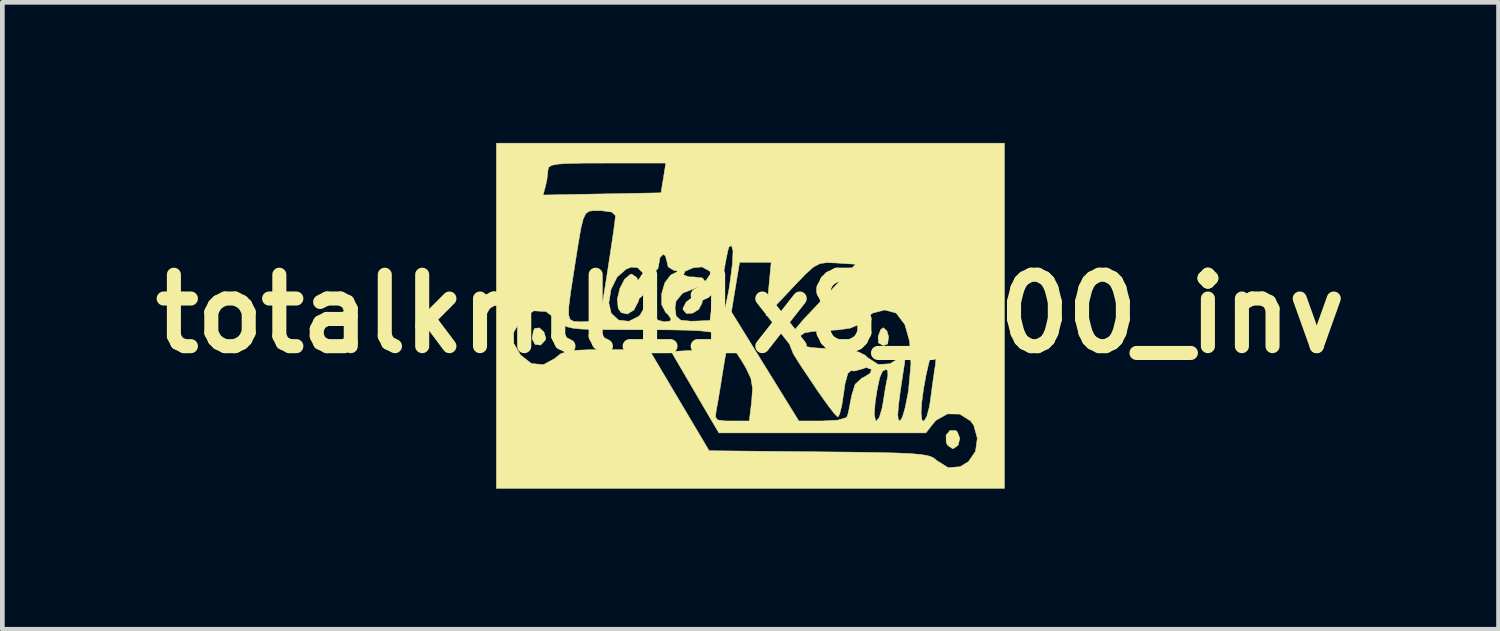
<source format=kicad_pcb>
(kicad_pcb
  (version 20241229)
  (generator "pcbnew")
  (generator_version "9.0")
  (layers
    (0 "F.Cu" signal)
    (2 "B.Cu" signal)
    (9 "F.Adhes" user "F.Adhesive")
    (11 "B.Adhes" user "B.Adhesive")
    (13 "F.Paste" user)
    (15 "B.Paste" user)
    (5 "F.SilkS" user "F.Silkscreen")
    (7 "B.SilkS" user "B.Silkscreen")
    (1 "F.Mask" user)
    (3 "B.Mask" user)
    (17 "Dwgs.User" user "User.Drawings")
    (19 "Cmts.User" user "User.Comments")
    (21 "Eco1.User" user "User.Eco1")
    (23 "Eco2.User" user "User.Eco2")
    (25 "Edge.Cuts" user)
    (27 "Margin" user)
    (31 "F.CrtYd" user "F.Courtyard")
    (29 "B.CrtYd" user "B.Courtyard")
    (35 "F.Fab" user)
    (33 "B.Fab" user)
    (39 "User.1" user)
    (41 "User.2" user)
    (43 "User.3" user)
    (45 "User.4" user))
  (footprint "totalkrill11x8_300_inv"
    (layer "F.Cu")
    (at 12.961 3.646)
    (property "Reference" "totalkrill11x8_300_inv" (at 0 0 0) (layer "F.SilkS") (effects (font (size 1.524 1.524) (thickness 0.3))))
    (attr through_hole)
    (fp_poly (pts (xy 2.913 0.368) (xy 2.948 0.487) (xy 2.928 0.642) (xy 2.836 0.677) (xy 2.732 0.619) (xy 2.725 0.487) (xy 2.778 0.338) (xy 2.836 0.296) (xy 2.913 0.368)) (stroke (width 0.01) (type solid)) (fill yes) (layer "F.SilkS"))
    (fp_poly (pts (xy -4.405 0.389) (xy -4.366 0.518) (xy -4.374 0.557) (xy -4.475 0.665) (xy -4.594 0.654) (xy -4.656 0.535) (xy -4.657 0.522) (xy -4.629 0.362) (xy -4.601 0.311) (xy -4.502 0.3) (xy -4.405 0.389)) (stroke (width 0.01) (type solid)) (fill yes) (layer "F.SilkS"))
    (fp_poly (pts (xy -1.026 -0.353) (xy -1.031 -0.233) (xy -1.103 -0.095) (xy -1.234 -0.015) (xy -1.365 -0.008) (xy -1.437 -0.091) (xy -1.439 -0.118) (xy -1.371 -0.25) (xy -1.217 -0.372) (xy -1.058 -0.423) (xy -1.026 -0.353)) (stroke (width 0.01) (type solid)) (fill yes) (layer "F.SilkS"))
    (fp_poly (pts (xy 4.379 2.49) (xy 4.414 2.517) (xy 4.468 2.657) (xy 4.43 2.805) (xy 4.325 2.878) (xy 4.318 2.879) (xy 4.213 2.811) (xy 4.177 2.746) (xy 4.174 2.589) (xy 4.258 2.488) (xy 4.379 2.49)) (stroke (width 0.01) (type solid)) (fill yes) (layer "F.SilkS"))
    (fp_poly (pts (xy -2.423 -0.773) (xy -2.363 -0.589) (xy -2.369 -0.349) (xy -2.386 -0.275) (xy -2.486 -0.083) (xy -2.626 0.005) (xy -2.761 -0.028) (xy -2.821 -0.119) (xy -2.839 -0.315) (xy -2.785 -0.543) (xy -2.684 -0.739) (xy -2.561 -0.843) (xy -2.533 -0.847) (xy -2.423 -0.773)) (stroke (width 0.01) (type solid)) (fill yes) (layer "F.SilkS"))
    (fp_poly (pts (xy 5.419 3.725) (xy -5.419 3.725) (xy -5.419 0.397) (xy -5.053 0.397) (xy -5.049 0.632) (xy -4.905 0.878) (xy -4.674 1.06) (xy -4.417 1.085) (xy -4.168 0.95) (xy -4.149 0.931) (xy -4.053 0.855) (xy -3.926 0.806) (xy -3.732 0.778) (xy -3.436 0.766) (xy -3.069 0.764) (xy -2.159 0.767) (xy -1.52 1.844) (xy -0.881 2.921) (xy 1.466 2.944) (xy 2.16 2.951) (xy 2.704 2.959) (xy 3.119 2.969) (xy 3.425 2.983) (xy 3.641 3.002) (xy 3.787 3.027) (xy 3.883 3.061) (xy 3.949 3.105) (xy 3.981 3.134) (xy 4.22 3.282) (xy 4.474 3.262) (xy 4.652 3.153) (xy 4.802 2.935) (xy 4.841 2.654) (xy 4.767 2.383) (xy 4.699 2.286) (xy 4.467 2.139) (xy 4.203 2.135) (xy 3.962 2.27) (xy 3.91 2.328) (xy 3.743 2.54) (xy -0.673 2.54) (xy -0.875 2.197) (xy -0.747 2.197) (xy -0.699 2.264) (xy -0.545 2.285) (xy -0.4 2.286) (xy -0.024 2.286) (xy 0.027 1.858) (xy 0.045 1.589) (xy 0.01 1.378) (xy -0.099 1.148) (xy -0.183 1.007) (xy -0.325 0.787) (xy -0.431 0.644) (xy -0.471 0.612) (xy -0.497 0.703) (xy -0.538 0.917) (xy -0.586 1.209) (xy -0.59 1.23) (xy -0.643 1.565) (xy -0.693 1.864) (xy -0.728 2.053) (xy -0.747 2.197) (xy -0.875 2.197) (xy -1.69 0.804) (xy -1.205 0.779) (xy -0.854 0.743) (xy -0.66 0.677) (xy -0.614 0.576) (xy -0.674 0.469) (xy -0.738 0.422) (xy -0.856 0.387) (xy -1.049 0.364) (xy -1.342 0.349) (xy -1.757 0.341) (xy -2.318 0.339) (xy -2.35 0.339) (xy -2.901 0.338) (xy -3.308 0.334) (xy -3.597 0.325) (xy -3.793 0.305) (xy -3.922 0.274) (xy -4.009 0.227) (xy -4.081 0.162) (xy -4.114 0.127) (xy -4.265 0.021) (xy -3.88 0.021) (xy -3.847 0.121) (xy -3.769 0.162) (xy -3.643 0.17) (xy -3.56 0.169) (xy -3.341 0.157) (xy -3.235 0.093) (xy -3.185 -0.064) (xy -3.178 -0.106) (xy -3.157 -0.233) (xy -3.021 -0.233) (xy -2.97 -0.012) (xy -2.81 0.135) (xy -2.593 0.159) (xy -2.384 0.055) (xy -2.351 0.021) (xy -2.192 -0.258) (xy -2.177 -0.392) (xy -2.064 -0.392) (xy -2.056 -0.104) (xy -2.043 0.064) (xy -1.973 0.136) (xy -1.838 0.171) (xy -1.72 0.156) (xy -1.693 0.115) (xy -1.751 0.022) (xy -1.81 -0.033) (xy -1.86 -0.131) (xy -1.609 -0.131) (xy -1.585 0.048) (xy -1.487 0.136) (xy -1.275 0.157) (xy -1.18 0.155) (xy -0.863 0.142) (xy -0.851 0.046) (xy -0.687 0.046) (xy -0.662 0.144) (xy -0.647 0.145) (xy -0.594 0.053) (xy -0.566 -0.042) (xy -0.406 -0.042) (xy 0.313 1.122) (xy 1.033 2.286) (xy 1.535 2.286) (xy 1.865 2.268) (xy 2.043 2.214) (xy 2.07 2.18) (xy 2.079 2.144) (xy 2.642 2.144) (xy 2.669 2.275) (xy 2.69 2.286) (xy 2.75 2.21) (xy 2.808 2.018) (xy 2.832 1.884) (xy 2.875 1.611) (xy 2.917 1.392) (xy 2.932 1.333) (xy 2.93 1.211) (xy 2.89 1.185) (xy 2.818 1.224) (xy 2.759 1.358) (xy 2.704 1.615) (xy 2.662 1.884) (xy 2.642 2.144) (xy 2.079 2.144) (xy 2.105 2.031) (xy 2.149 1.8) (xy 2.157 1.753) (xy 2.234 1.504) (xy 2.379 1.37) (xy 2.423 1.351) (xy 2.56 1.265) (xy 2.582 1.185) (xy 2.471 1.145) (xy 2.387 1.174) (xy 2.218 1.22) (xy 2.147 1.212) (xy 2.079 1.269) (xy 2.02 1.484) (xy 1.99 1.689) (xy 1.949 1.958) (xy 1.902 2.143) (xy 1.866 2.201) (xy 1.796 2.135) (xy 1.656 1.954) (xy 1.466 1.688) (xy 1.27 1.398) (xy 1.059 1.082) (xy 0.915 0.852) (xy 0.844 0.674) (xy 0.85 0.55) (xy 1.058 0.55) (xy 1.075 0.637) (xy 1.147 0.691) (xy 1.309 0.721) (xy 1.597 0.74) (xy 1.704 0.744) (xy 2.064 0.767) (xy 2.296 0.81) (xy 2.443 0.881) (xy 2.501 0.935) (xy 2.728 1.081) (xy 2.979 1.065) (xy 3.16 0.953) (xy 3.26 0.871) (xy 3.301 0.884) (xy 3.293 1.02) (xy 3.268 1.185) (xy 3.199 1.643) (xy 3.158 1.958) (xy 3.144 2.155) (xy 3.155 2.256) (xy 3.189 2.286) (xy 3.191 2.286) (xy 3.241 2.209) (xy 3.27 2.112) (xy 3.641 2.112) (xy 3.66 2.271) (xy 3.706 2.288) (xy 3.765 2.184) (xy 3.819 1.98) (xy 3.841 1.841) (xy 3.884 1.511) (xy 3.93 1.191) (xy 3.948 1.079) (xy 3.965 0.865) (xy 3.93 0.765) (xy 3.918 0.762) (xy 3.869 0.838) (xy 3.809 1.037) (xy 3.746 1.312) (xy 3.691 1.617) (xy 3.653 1.906) (xy 3.641 2.112) (xy 3.27 2.112) (xy 3.301 2.004) (xy 3.36 1.711) (xy 3.374 1.627) (xy 3.425 1.063) (xy 3.397 0.589) (xy 3.294 0.226) (xy 3.118 -0.006) (xy 3.099 -0.02) (xy 2.866 -0.083) (xy 2.606 -0.015) (xy 2.424 0.123) (xy 2.291 0.238) (xy 2.126 0.306) (xy 1.875 0.342) (xy 1.645 0.356) (xy 1.335 0.374) (xy 1.158 0.404) (xy 1.077 0.458) (xy 1.058 0.548) (xy 1.058 0.55) (xy 0.85 0.55) (xy 0.852 0.514) (xy 0.947 0.34) (xy 1.134 0.119) (xy 1.419 -0.183) (xy 1.607 -0.381) (xy 2.244 -1.058) (xy 1.83 -1.085) (xy 1.634 -1.093) (xy 1.487 -1.073) (xy 1.35 -1.002) (xy 1.186 -0.858) (xy 0.956 -0.619) (xy 0.876 -0.534) (xy 0.335 0.042) (xy 0.389 -0.529) (xy 0.443 -1.101) (xy 0.106 -1.101) (xy -0.231 -1.101) (xy -0.319 -0.572) (xy -0.406 -0.042) (xy -0.566 -0.042) (xy -0.53 -0.167) (xy -0.466 -0.475) (xy -0.441 -0.629) (xy -0.384 -1.066) (xy -0.371 -1.341) (xy -0.402 -1.455) (xy -0.457 -1.432) (xy -0.484 -1.339) (xy -0.529 -1.116) (xy -0.584 -0.804) (xy -0.615 -0.611) (xy -0.671 -0.203) (xy -0.687 0.046) (xy -0.851 0.046) (xy -0.805 -0.321) (xy -0.792 -0.687) (xy -0.867 -0.911) (xy -1.032 -1.001) (xy -1.221 -0.983) (xy -1.398 -0.907) (xy -1.426 -0.83) (xy -1.307 -0.788) (xy -1.216 -0.788) (xy -1.022 -0.765) (xy -0.963 -0.686) (xy -1.049 -0.594) (xy -1.16 -0.554) (xy -1.445 -0.442) (xy -1.585 -0.276) (xy -1.609 -0.131) (xy -1.86 -0.131) (xy -1.893 -0.194) (xy -1.894 -0.427) (xy -1.827 -0.66) (xy -1.705 -0.824) (xy -1.662 -0.848) (xy -1.55 -0.903) (xy -1.593 -0.924) (xy -1.63 -0.926) (xy -1.755 -1.001) (xy -1.778 -1.101) (xy -1.813 -1.238) (xy -1.863 -1.27) (xy -1.931 -1.199) (xy -1.947 -1.101) (xy -1.974 -0.963) (xy -2.011 -0.931) (xy -2.04 -0.855) (xy -2.059 -0.658) (xy -2.064 -0.392) (xy -2.177 -0.392) (xy -2.158 -0.561) (xy -2.255 -0.828) (xy -2.272 -0.851) (xy -2.408 -0.986) (xy -2.541 -0.997) (xy -2.652 -0.953) (xy -2.845 -0.784) (xy -2.975 -0.521) (xy -3.021 -0.233) (xy -3.157 -0.233) (xy -3.118 -0.465) (xy -3.055 -0.864) (xy -2.994 -1.263) (xy -2.94 -1.623) (xy -2.9 -1.906) (xy -2.88 -2.073) (xy -2.879 -2.095) (xy -2.957 -2.171) (xy -3.178 -2.201) (xy -3.211 -2.201) (xy -3.345 -2.202) (xy -3.442 -2.189) (xy -3.513 -2.138) (xy -3.568 -2.023) (xy -3.618 -1.821) (xy -3.672 -1.508) (xy -3.743 -1.059) (xy -3.766 -0.911) (xy -3.835 -0.469) (xy -3.874 -0.167) (xy -3.88 0.021) (xy -4.265 0.021) (xy -4.364 -0.05) (xy -4.621 -0.064) (xy -4.857 0.084) (xy -4.905 0.138) (xy -5.053 0.397) (xy -5.419 0.397) (xy -5.419 -2.535) (xy -4.424 -2.535) (xy -1.908 -2.582) (xy -1.856 -2.9) (xy -1.805 -3.217) (xy -3.061 -3.217) (xy -3.549 -3.216) (xy -3.892 -3.209) (xy -4.116 -3.194) (xy -4.245 -3.168) (xy -4.304 -3.128) (xy -4.319 -3.071) (xy -4.319 -3.069) (xy -4.342 -2.866) (xy -4.372 -2.728) (xy -4.424 -2.535) (xy -5.419 -2.535) (xy -5.419 -3.641) (xy 5.419 -3.641) (xy 5.419 3.725)) (stroke (width 0.01) (type solid)) (fill yes) (layer "F.SilkS")))
  (gr_rect
    (start -3 -3)
    (end 28.923 10.376)
    (stroke (width 0.1) (type default))
    (fill no)
    (layer "Edge.Cuts")))
</source>
